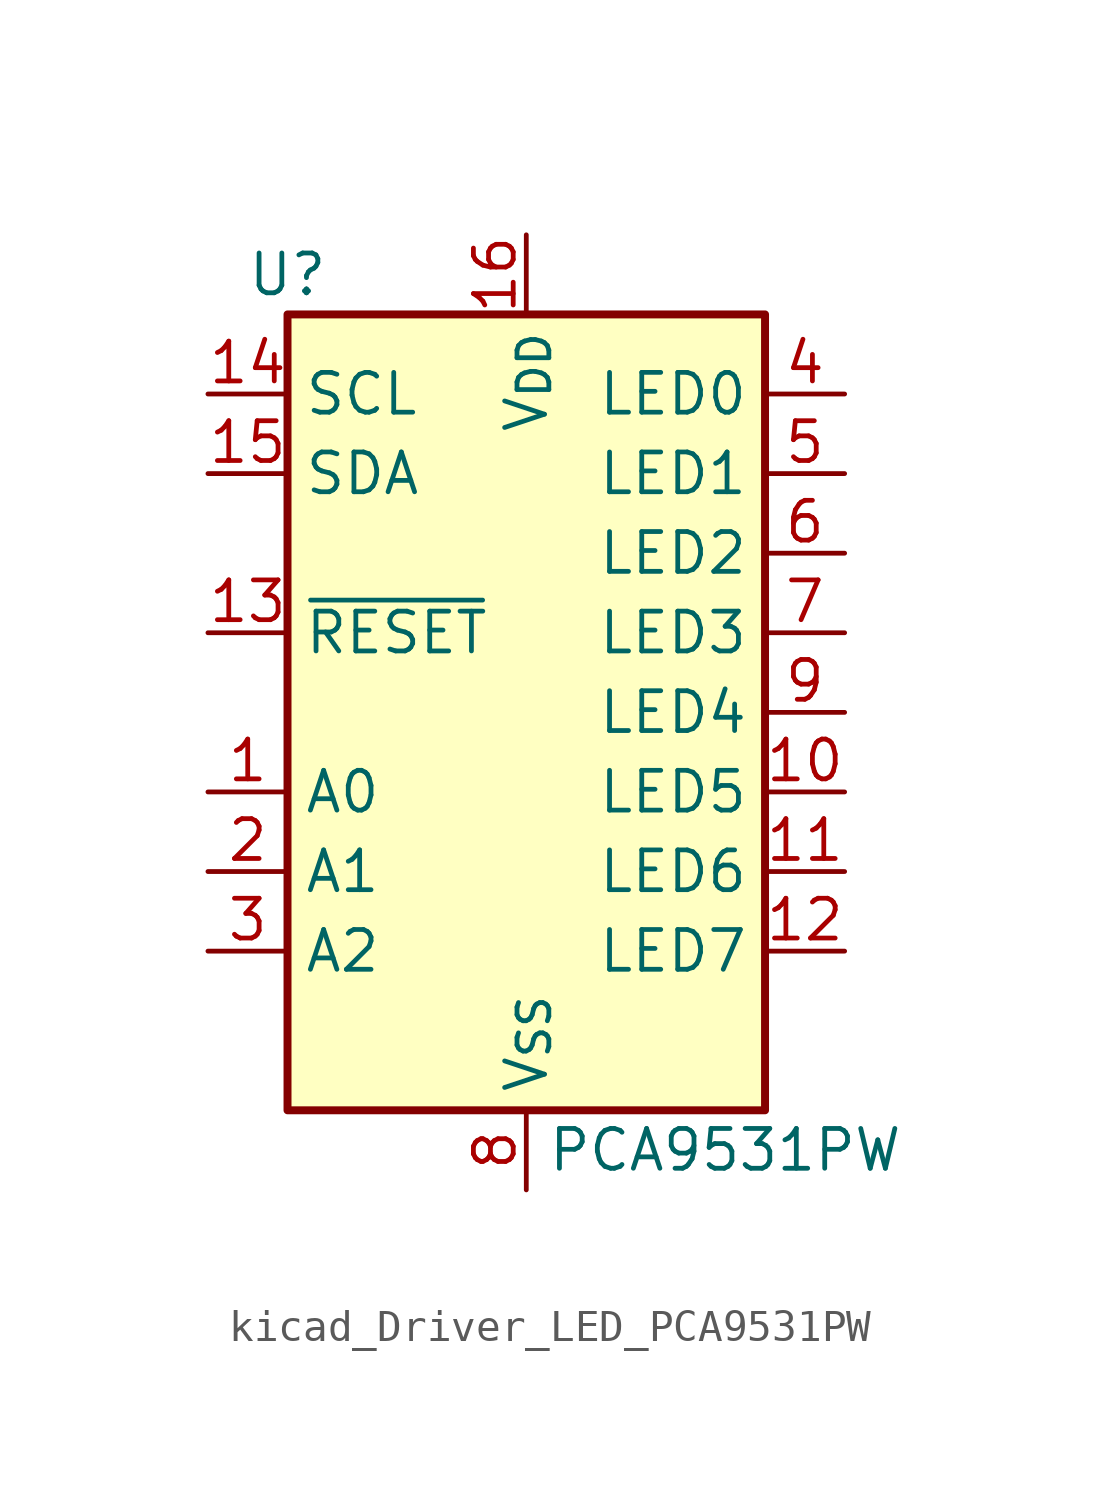
<source format=kicad_sym>
(kicad_symbol_lib
  (version 20220914)
  (generator kicad_symbol_editor)
  (symbol "kicad_Driver_LED_PCA9531PW"
    (property "Reference" "U"
      (at -7.62 13.97 0)
      (effects (font (size 1.27 1.27))))
    (property "Value" "PCA9531PW"
      (at 6.35 -13.97 0)
      (effects (font (size 1.27 1.27))))
    (symbol "kicad_Driver_LED_PCA9531PW_0_1"
      (rectangle (start -7.62 12.7) (end 7.62 -12.7) (stroke (width 0.254) (type default)) (fill (type background))))
    (symbol "kicad_Driver_LED_PCA9531PW_1_1"
      (pin input line (at -10.16 -2.54 0) (length 2.54) (name "A0" (effects (font (size 1.27 1.27)))) (number "1" (effects (font (size 1.27 1.27)))))
      (pin open_collector line (at 10.16 -2.54 180) (length 2.54) (name "LED5" (effects (font (size 1.27 1.27)))) (number "10" (effects (font (size 1.27 1.27)))))
      (pin open_collector line (at 10.16 -5.08 180) (length 2.54) (name "LED6" (effects (font (size 1.27 1.27)))) (number "11" (effects (font (size 1.27 1.27)))))
      (pin open_collector line (at 10.16 -7.62 180) (length 2.54) (name "LED7" (effects (font (size 1.27 1.27)))) (number "12" (effects (font (size 1.27 1.27)))))
      (pin input line (at -10.16 2.54 0) (length 2.54) (name "~{RESET}" (effects (font (size 1.27 1.27)))) (number "13" (effects (font (size 1.27 1.27)))))
      (pin input line (at -10.16 10.16 0) (length 2.54) (name "SCL" (effects (font (size 1.27 1.27)))) (number "14" (effects (font (size 1.27 1.27)))))
      (pin bidirectional line (at -10.16 7.62 0) (length 2.54) (name "SDA" (effects (font (size 1.27 1.27)))) (number "15" (effects (font (size 1.27 1.27)))))
      (pin power_in line (at 0 15.24 270) (length 2.54) (name "V_{DD}" (effects (font (size 1.27 1.27)))) (number "16" (effects (font (size 1.27 1.27)))))
      (pin input line (at -10.16 -5.08 0) (length 2.54) (name "A1" (effects (font (size 1.27 1.27)))) (number "2" (effects (font (size 1.27 1.27)))))
      (pin input line (at -10.16 -7.62 0) (length 2.54) (name "A2" (effects (font (size 1.27 1.27)))) (number "3" (effects (font (size 1.27 1.27)))))
      (pin open_collector line (at 10.16 10.16 180) (length 2.54) (name "LED0" (effects (font (size 1.27 1.27)))) (number "4" (effects (font (size 1.27 1.27)))))
      (pin open_collector line (at 10.16 7.62 180) (length 2.54) (name "LED1" (effects (font (size 1.27 1.27)))) (number "5" (effects (font (size 1.27 1.27)))))
      (pin open_collector line (at 10.16 5.08 180) (length 2.54) (name "LED2" (effects (font (size 1.27 1.27)))) (number "6" (effects (font (size 1.27 1.27)))))
      (pin open_collector line (at 10.16 2.54 180) (length 2.54) (name "LED3" (effects (font (size 1.27 1.27)))) (number "7" (effects (font (size 1.27 1.27)))))
      (pin power_in line (at 0 -15.24 90) (length 2.54) (name "V_{SS}" (effects (font (size 1.27 1.27)))) (number "8" (effects (font (size 1.27 1.27)))))
      (pin open_collector line (at 10.16 0 180) (length 2.54) (name "LED4" (effects (font (size 1.27 1.27)))) (number "9" (effects (font (size 1.27 1.27))))))))
</source>
